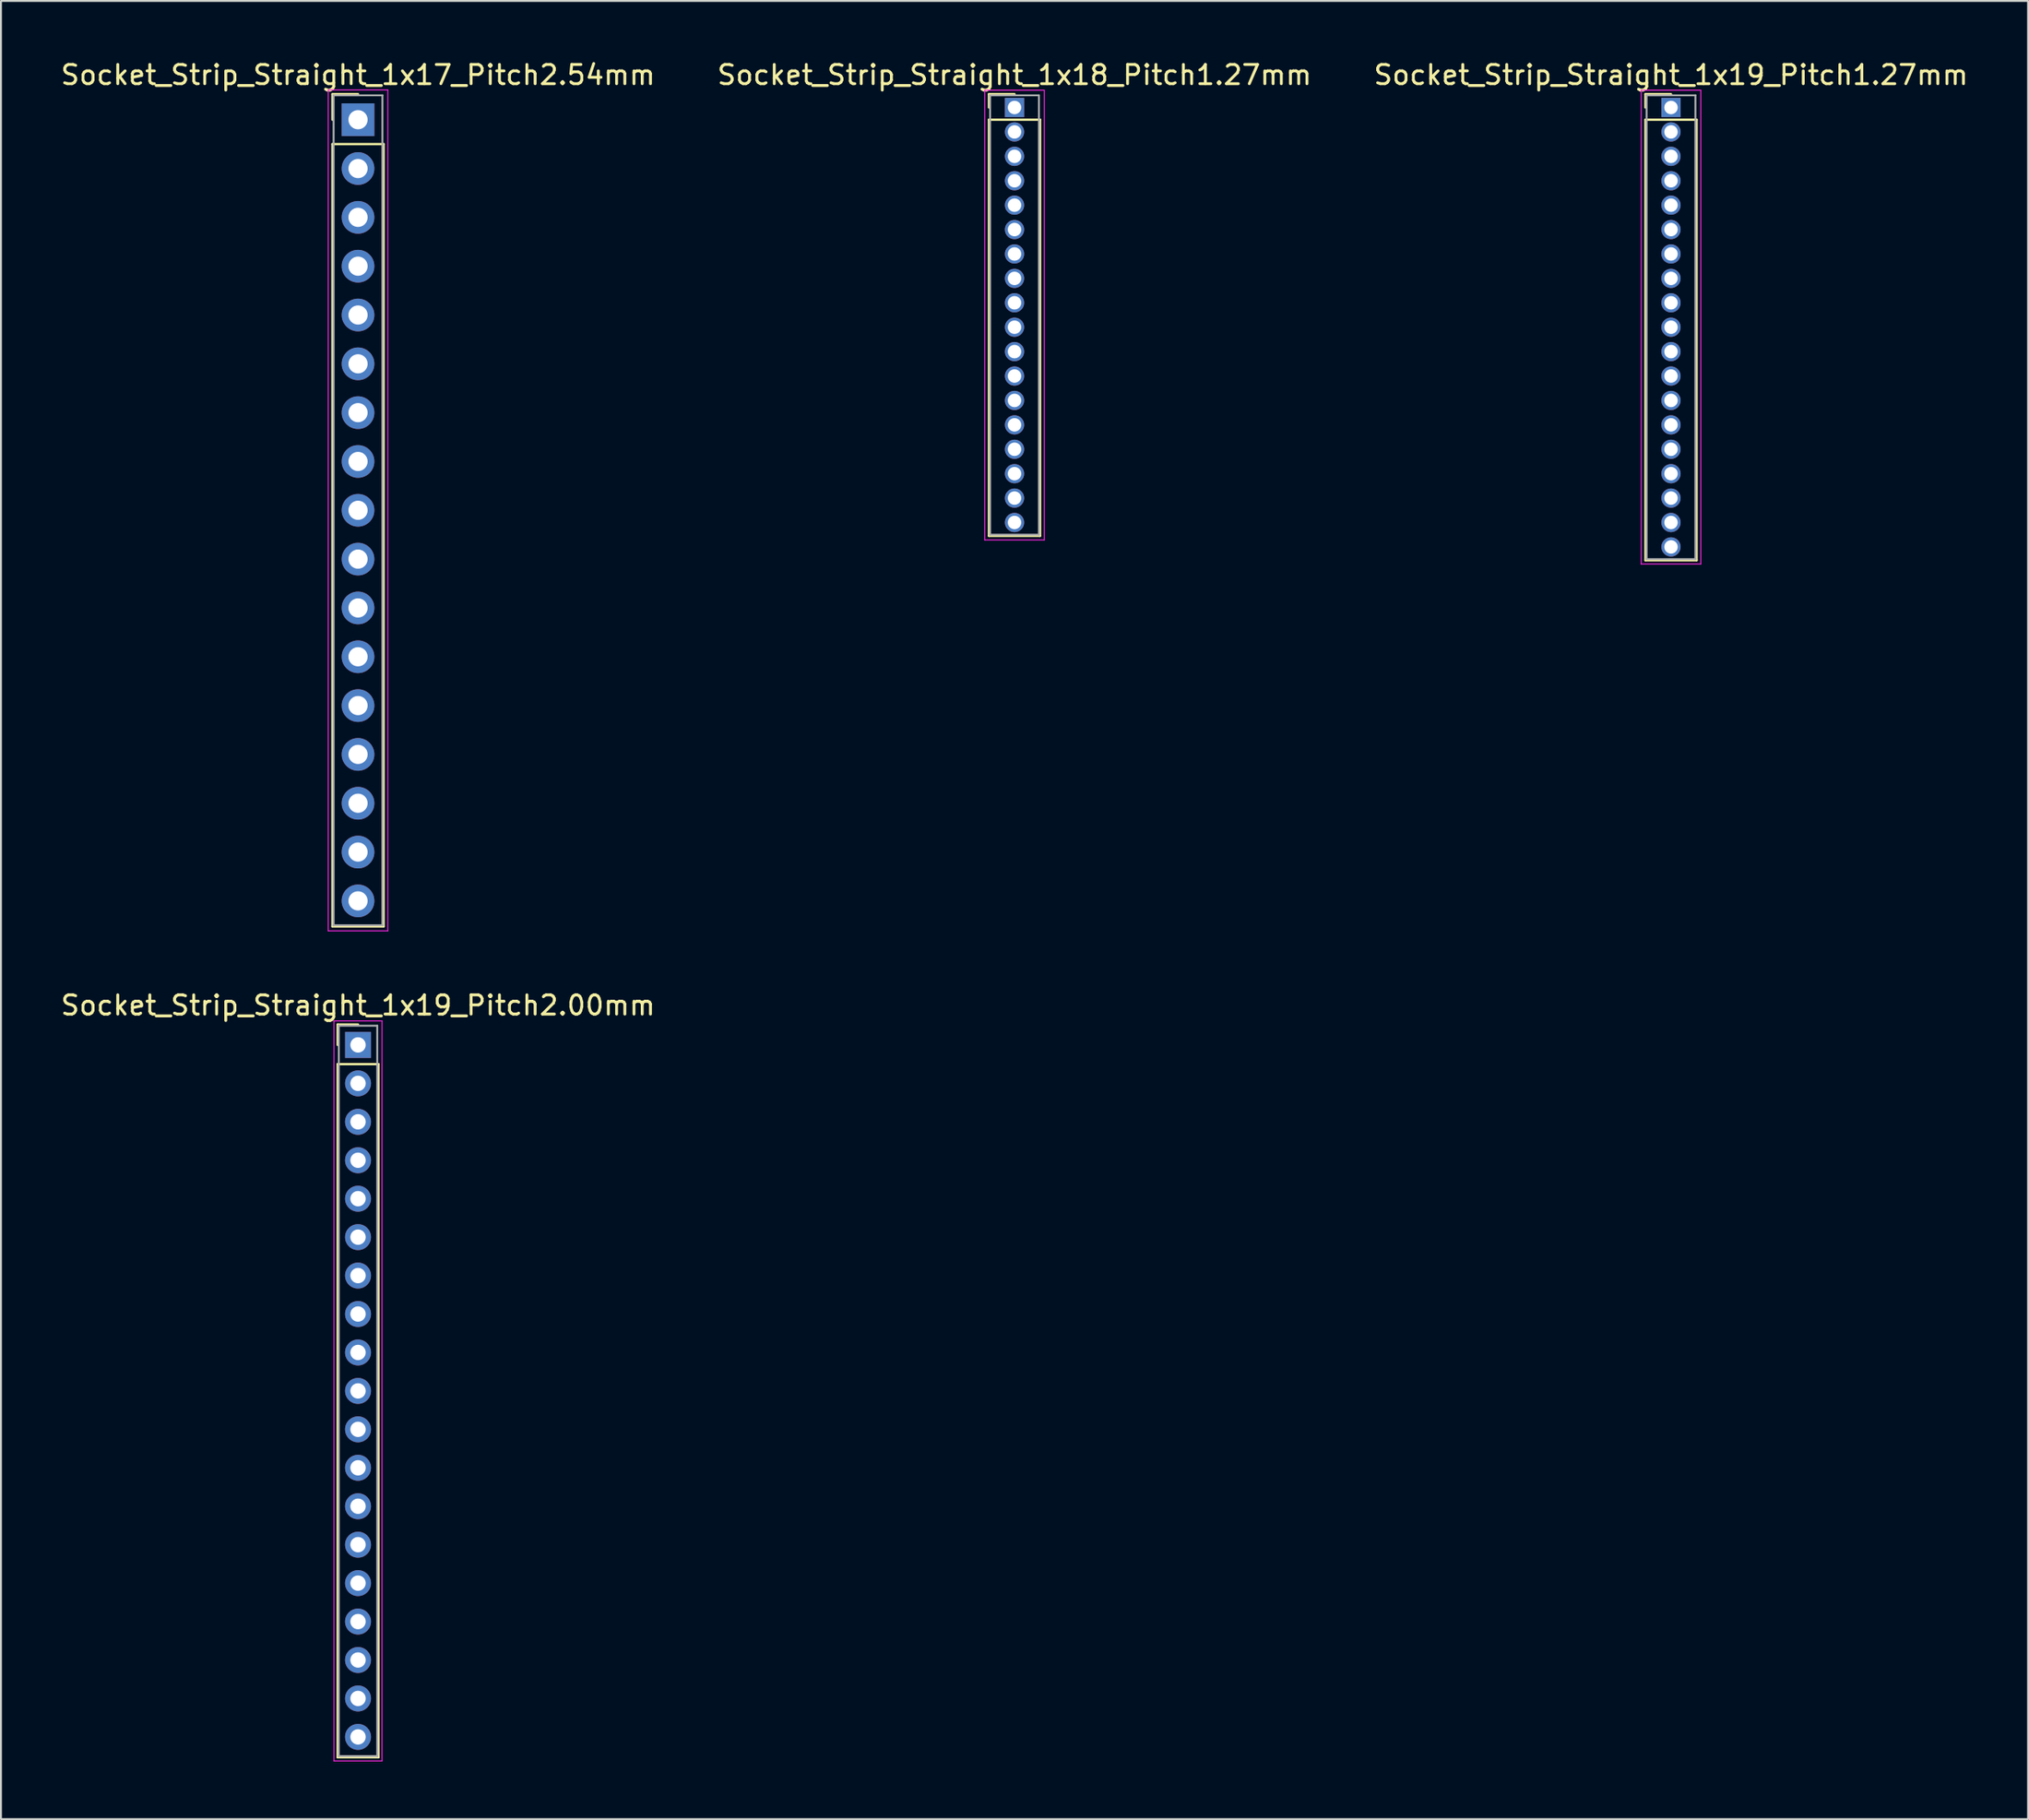
<source format=kicad_pcb>
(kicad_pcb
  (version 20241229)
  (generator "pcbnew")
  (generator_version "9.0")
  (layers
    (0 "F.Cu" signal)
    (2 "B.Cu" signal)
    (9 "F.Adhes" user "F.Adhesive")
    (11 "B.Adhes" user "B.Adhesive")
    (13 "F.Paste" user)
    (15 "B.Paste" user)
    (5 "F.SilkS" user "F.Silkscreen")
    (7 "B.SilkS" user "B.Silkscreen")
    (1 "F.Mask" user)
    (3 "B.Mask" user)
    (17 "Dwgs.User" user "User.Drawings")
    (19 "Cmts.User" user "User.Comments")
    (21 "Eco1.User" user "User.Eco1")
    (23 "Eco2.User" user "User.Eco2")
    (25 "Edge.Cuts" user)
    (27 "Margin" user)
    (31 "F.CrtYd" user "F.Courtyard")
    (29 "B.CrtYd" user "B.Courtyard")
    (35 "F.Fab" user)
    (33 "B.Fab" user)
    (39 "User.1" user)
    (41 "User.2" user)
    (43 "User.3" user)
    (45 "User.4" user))
  (footprint "Socket_Strip_Straight_1x19_Pitch2.00mm"
    (layer "F.Cu")
    (at 15.577 51.312)
    (property "Reference" "Socket_Strip_Straight_1x19_Pitch2.00mm" (at 0 -2.06 0) (layer "F.SilkS") (effects (font (size 1 1) (thickness 0.15))))
    (attr through_hole)
    (fp_line (start -1.06 -1.06) (end 0 -1.06) (stroke (width 0.12) (type solid)) (layer "F.SilkS"))
    (fp_line (start -1.06 0) (end -1.06 -1.06) (stroke (width 0.12) (type solid)) (layer "F.SilkS"))
    (fp_line (start -1.06 1) (end -1.06 37.06) (stroke (width 0.12) (type solid)) (layer "F.SilkS"))
    (fp_line (start -1.06 37.06) (end 1.06 37.06) (stroke (width 0.12) (type solid)) (layer "F.SilkS"))
    (fp_line (start 1.06 1) (end -1.06 1) (stroke (width 0.12) (type solid)) (layer "F.SilkS"))
    (fp_line (start 1.06 37.06) (end 1.06 1) (stroke (width 0.12) (type solid)) (layer "F.SilkS"))
    (fp_line (start -1.25 -1.25) (end -1.25 37.25) (stroke (width 0.05) (type solid)) (layer "F.CrtYd"))
    (fp_line (start -1.25 37.25) (end 1.25 37.25) (stroke (width 0.05) (type solid)) (layer "F.CrtYd"))
    (fp_line (start 1.25 -1.25) (end -1.25 -1.25) (stroke (width 0.05) (type solid)) (layer "F.CrtYd"))
    (fp_line (start 1.25 37.25) (end 1.25 -1.25) (stroke (width 0.05) (type solid)) (layer "F.CrtYd"))
    (fp_line (start -1 -1) (end -1 37) (stroke (width 0.1) (type solid)) (layer "F.Fab"))
    (fp_line (start -1 37) (end 1 37) (stroke (width 0.1) (type solid)) (layer "F.Fab"))
    (fp_line (start 1 -1) (end -1 -1) (stroke (width 0.1) (type solid)) (layer "F.Fab"))
    (fp_line (start 1 37) (end 1 -1) (stroke (width 0.1) (type solid)) (layer "F.Fab"))
    (pad "1" thru_hole rect (at 0 0) (size 1.35 1.35) (drill 0.8) (layers "*.Cu" "*.Mask"))
    (pad "2" thru_hole oval (at 0 2) (size 1.35 1.35) (drill 0.8) (layers "*.Cu" "*.Mask"))
    (pad "3" thru_hole oval (at 0 4) (size 1.35 1.35) (drill 0.8) (layers "*.Cu" "*.Mask"))
    (pad "4" thru_hole oval (at 0 6) (size 1.35 1.35) (drill 0.8) (layers "*.Cu" "*.Mask"))
    (pad "5" thru_hole oval (at 0 8) (size 1.35 1.35) (drill 0.8) (layers "*.Cu" "*.Mask"))
    (pad "6" thru_hole oval (at 0 10) (size 1.35 1.35) (drill 0.8) (layers "*.Cu" "*.Mask"))
    (pad "7" thru_hole oval (at 0 12) (size 1.35 1.35) (drill 0.8) (layers "*.Cu" "*.Mask"))
    (pad "8" thru_hole oval (at 0 14) (size 1.35 1.35) (drill 0.8) (layers "*.Cu" "*.Mask"))
    (pad "9" thru_hole oval (at 0 16) (size 1.35 1.35) (drill 0.8) (layers "*.Cu" "*.Mask"))
    (pad "10" thru_hole oval (at 0 18) (size 1.35 1.35) (drill 0.8) (layers "*.Cu" "*.Mask"))
    (pad "11" thru_hole oval (at 0 20) (size 1.35 1.35) (drill 0.8) (layers "*.Cu" "*.Mask"))
    (pad "12" thru_hole oval (at 0 22) (size 1.35 1.35) (drill 0.8) (layers "*.Cu" "*.Mask"))
    (pad "13" thru_hole oval (at 0 24) (size 1.35 1.35) (drill 0.8) (layers "*.Cu" "*.Mask"))
    (pad "14" thru_hole oval (at 0 26) (size 1.35 1.35) (drill 0.8) (layers "*.Cu" "*.Mask"))
    (pad "15" thru_hole oval (at 0 28) (size 1.35 1.35) (drill 0.8) (layers "*.Cu" "*.Mask"))
    (pad "16" thru_hole oval (at 0 30) (size 1.35 1.35) (drill 0.8) (layers "*.Cu" "*.Mask"))
    (pad "17" thru_hole oval (at 0 32) (size 1.35 1.35) (drill 0.8) (layers "*.Cu" "*.Mask"))
    (pad "18" thru_hole oval (at 0 34) (size 1.35 1.35) (drill 0.8) (layers "*.Cu" "*.Mask"))
    (pad "19" thru_hole oval (at 0 36) (size 1.35 1.35) (drill 0.8) (layers "*.Cu" "*.Mask")))
  (footprint "Socket_Strip_Straight_1x17_Pitch2.54mm"
    (layer "F.Cu")
    (at 15.577 3.178)
    (property "Reference" "Socket_Strip_Straight_1x17_Pitch2.54mm" (at 0 -2.33 0) (layer "F.SilkS") (effects (font (size 1 1) (thickness 0.15))))
    (attr through_hole)
    (fp_line (start -1.33 -1.33) (end 0 -1.33) (stroke (width 0.12) (type solid)) (layer "F.SilkS"))
    (fp_line (start -1.33 0) (end -1.33 -1.33) (stroke (width 0.12) (type solid)) (layer "F.SilkS"))
    (fp_line (start -1.33 1.27) (end -1.33 41.97) (stroke (width 0.12) (type solid)) (layer "F.SilkS"))
    (fp_line (start -1.33 41.97) (end 1.33 41.97) (stroke (width 0.12) (type solid)) (layer "F.SilkS"))
    (fp_line (start 1.33 1.27) (end -1.33 1.27) (stroke (width 0.12) (type solid)) (layer "F.SilkS"))
    (fp_line (start 1.33 41.97) (end 1.33 1.27) (stroke (width 0.12) (type solid)) (layer "F.SilkS"))
    (fp_line (start -1.55 -1.55) (end -1.55 42.2) (stroke (width 0.05) (type solid)) (layer "F.CrtYd"))
    (fp_line (start -1.55 42.2) (end 1.55 42.2) (stroke (width 0.05) (type solid)) (layer "F.CrtYd"))
    (fp_line (start 1.55 -1.55) (end -1.55 -1.55) (stroke (width 0.05) (type solid)) (layer "F.CrtYd"))
    (fp_line (start 1.55 42.2) (end 1.55 -1.55) (stroke (width 0.05) (type solid)) (layer "F.CrtYd"))
    (fp_line (start -1.27 -1.27) (end -1.27 41.91) (stroke (width 0.1) (type solid)) (layer "F.Fab"))
    (fp_line (start -1.27 41.91) (end 1.27 41.91) (stroke (width 0.1) (type solid)) (layer "F.Fab"))
    (fp_line (start 1.27 -1.27) (end -1.27 -1.27) (stroke (width 0.1) (type solid)) (layer "F.Fab"))
    (fp_line (start 1.27 41.91) (end 1.27 -1.27) (stroke (width 0.1) (type solid)) (layer "F.Fab"))
    (pad "1" thru_hole rect (at 0 0) (size 1.7 1.7) (drill 1) (layers "*.Cu" "*.Mask"))
    (pad "2" thru_hole oval (at 0 2.54) (size 1.7 1.7) (drill 1) (layers "*.Cu" "*.Mask"))
    (pad "3" thru_hole oval (at 0 5.08) (size 1.7 1.7) (drill 1) (layers "*.Cu" "*.Mask"))
    (pad "4" thru_hole oval (at 0 7.62) (size 1.7 1.7) (drill 1) (layers "*.Cu" "*.Mask"))
    (pad "5" thru_hole oval (at 0 10.16) (size 1.7 1.7) (drill 1) (layers "*.Cu" "*.Mask"))
    (pad "6" thru_hole oval (at 0 12.7) (size 1.7 1.7) (drill 1) (layers "*.Cu" "*.Mask"))
    (pad "7" thru_hole oval (at 0 15.24) (size 1.7 1.7) (drill 1) (layers "*.Cu" "*.Mask"))
    (pad "8" thru_hole oval (at 0 17.78) (size 1.7 1.7) (drill 1) (layers "*.Cu" "*.Mask"))
    (pad "9" thru_hole oval (at 0 20.32) (size 1.7 1.7) (drill 1) (layers "*.Cu" "*.Mask"))
    (pad "10" thru_hole oval (at 0 22.86) (size 1.7 1.7) (drill 1) (layers "*.Cu" "*.Mask"))
    (pad "11" thru_hole oval (at 0 25.4) (size 1.7 1.7) (drill 1) (layers "*.Cu" "*.Mask"))
    (pad "12" thru_hole oval (at 0 27.94) (size 1.7 1.7) (drill 1) (layers "*.Cu" "*.Mask"))
    (pad "13" thru_hole oval (at 0 30.48) (size 1.7 1.7) (drill 1) (layers "*.Cu" "*.Mask"))
    (pad "14" thru_hole oval (at 0 33.02) (size 1.7 1.7) (drill 1) (layers "*.Cu" "*.Mask"))
    (pad "15" thru_hole oval (at 0 35.56) (size 1.7 1.7) (drill 1) (layers "*.Cu" "*.Mask"))
    (pad "16" thru_hole oval (at 0 38.1) (size 1.7 1.7) (drill 1) (layers "*.Cu" "*.Mask"))
    (pad "17" thru_hole oval (at 0 40.64) (size 1.7 1.7) (drill 1) (layers "*.Cu" "*.Mask")))
  (footprint "Socket_Strip_Straight_1x18_Pitch1.27mm"
    (layer "F.Cu")
    (at 49.732 2.543)
    (property "Reference" "Socket_Strip_Straight_1x18_Pitch1.27mm" (at 0 -1.695 0) (layer "F.SilkS") (effects (font (size 1 1) (thickness 0.15))))
    (attr through_hole)
    (fp_line (start -1.33 -0.695) (end 0 -0.695) (stroke (width 0.12) (type solid)) (layer "F.SilkS"))
    (fp_line (start -1.33 0) (end -1.33 -0.695) (stroke (width 0.12) (type solid)) (layer "F.SilkS"))
    (fp_line (start -1.33 0.635) (end -1.33 22.285) (stroke (width 0.12) (type solid)) (layer "F.SilkS"))
    (fp_line (start -1.33 22.285) (end 1.33 22.285) (stroke (width 0.12) (type solid)) (layer "F.SilkS"))
    (fp_line (start 1.33 0.635) (end -1.33 0.635) (stroke (width 0.12) (type solid)) (layer "F.SilkS"))
    (fp_line (start 1.33 22.285) (end 1.33 0.635) (stroke (width 0.12) (type solid)) (layer "F.SilkS"))
    (fp_line (start -1.55 -0.9) (end -1.55 22.5) (stroke (width 0.05) (type solid)) (layer "F.CrtYd"))
    (fp_line (start -1.55 22.5) (end 1.55 22.5) (stroke (width 0.05) (type solid)) (layer "F.CrtYd"))
    (fp_line (start 1.55 -0.9) (end -1.55 -0.9) (stroke (width 0.05) (type solid)) (layer "F.CrtYd"))
    (fp_line (start 1.55 22.5) (end 1.55 -0.9) (stroke (width 0.05) (type solid)) (layer "F.CrtYd"))
    (fp_line (start -1.27 -0.635) (end -1.27 22.225) (stroke (width 0.1) (type solid)) (layer "F.Fab"))
    (fp_line (start -1.27 22.225) (end 1.27 22.225) (stroke (width 0.1) (type solid)) (layer "F.Fab"))
    (fp_line (start 1.27 -0.635) (end -1.27 -0.635) (stroke (width 0.1) (type solid)) (layer "F.Fab"))
    (fp_line (start 1.27 22.225) (end 1.27 -0.635) (stroke (width 0.1) (type solid)) (layer "F.Fab"))
    (pad "1" thru_hole rect (at 0 0) (size 1 1) (drill 0.7) (layers "*.Cu" "*.Mask"))
    (pad "2" thru_hole oval (at 0 1.27) (size 1 1) (drill 0.7) (layers "*.Cu" "*.Mask"))
    (pad "3" thru_hole oval (at 0 2.54) (size 1 1) (drill 0.7) (layers "*.Cu" "*.Mask"))
    (pad "4" thru_hole oval (at 0 3.81) (size 1 1) (drill 0.7) (layers "*.Cu" "*.Mask"))
    (pad "5" thru_hole oval (at 0 5.08) (size 1 1) (drill 0.7) (layers "*.Cu" "*.Mask"))
    (pad "6" thru_hole oval (at 0 6.35) (size 1 1) (drill 0.7) (layers "*.Cu" "*.Mask"))
    (pad "7" thru_hole oval (at 0 7.62) (size 1 1) (drill 0.7) (layers "*.Cu" "*.Mask"))
    (pad "8" thru_hole oval (at 0 8.89) (size 1 1) (drill 0.7) (layers "*.Cu" "*.Mask"))
    (pad "9" thru_hole oval (at 0 10.16) (size 1 1) (drill 0.7) (layers "*.Cu" "*.Mask"))
    (pad "10" thru_hole oval (at 0 11.43) (size 1 1) (drill 0.7) (layers "*.Cu" "*.Mask"))
    (pad "11" thru_hole oval (at 0 12.7) (size 1 1) (drill 0.7) (layers "*.Cu" "*.Mask"))
    (pad "12" thru_hole oval (at 0 13.97) (size 1 1) (drill 0.7) (layers "*.Cu" "*.Mask"))
    (pad "13" thru_hole oval (at 0 15.24) (size 1 1) (drill 0.7) (layers "*.Cu" "*.Mask"))
    (pad "14" thru_hole oval (at 0 16.51) (size 1 1) (drill 0.7) (layers "*.Cu" "*.Mask"))
    (pad "15" thru_hole oval (at 0 17.78) (size 1 1) (drill 0.7) (layers "*.Cu" "*.Mask"))
    (pad "16" thru_hole oval (at 0 19.05) (size 1 1) (drill 0.7) (layers "*.Cu" "*.Mask"))
    (pad "17" thru_hole oval (at 0 20.32) (size 1 1) (drill 0.7) (layers "*.Cu" "*.Mask"))
    (pad "18" thru_hole oval (at 0 21.59) (size 1 1) (drill 0.7) (layers "*.Cu" "*.Mask")))
  (footprint "Socket_Strip_Straight_1x19_Pitch1.27mm"
    (layer "F.Cu")
    (at 83.887 2.543)
    (property "Reference" "Socket_Strip_Straight_1x19_Pitch1.27mm" (at 0 -1.695 0) (layer "F.SilkS") (effects (font (size 1 1) (thickness 0.15))))
    (attr through_hole)
    (fp_line (start -1.33 -0.695) (end 0 -0.695) (stroke (width 0.12) (type solid)) (layer "F.SilkS"))
    (fp_line (start -1.33 0) (end -1.33 -0.695) (stroke (width 0.12) (type solid)) (layer "F.SilkS"))
    (fp_line (start -1.33 0.635) (end -1.33 23.555) (stroke (width 0.12) (type solid)) (layer "F.SilkS"))
    (fp_line (start -1.33 23.555) (end 1.33 23.555) (stroke (width 0.12) (type solid)) (layer "F.SilkS"))
    (fp_line (start 1.33 0.635) (end -1.33 0.635) (stroke (width 0.12) (type solid)) (layer "F.SilkS"))
    (fp_line (start 1.33 23.555) (end 1.33 0.635) (stroke (width 0.12) (type solid)) (layer "F.SilkS"))
    (fp_line (start -1.55 -0.9) (end -1.55 23.75) (stroke (width 0.05) (type solid)) (layer "F.CrtYd"))
    (fp_line (start -1.55 23.75) (end 1.55 23.75) (stroke (width 0.05) (type solid)) (layer "F.CrtYd"))
    (fp_line (start 1.55 -0.9) (end -1.55 -0.9) (stroke (width 0.05) (type solid)) (layer "F.CrtYd"))
    (fp_line (start 1.55 23.75) (end 1.55 -0.9) (stroke (width 0.05) (type solid)) (layer "F.CrtYd"))
    (fp_line (start -1.27 -0.635) (end -1.27 23.495) (stroke (width 0.1) (type solid)) (layer "F.Fab"))
    (fp_line (start -1.27 23.495) (end 1.27 23.495) (stroke (width 0.1) (type solid)) (layer "F.Fab"))
    (fp_line (start 1.27 -0.635) (end -1.27 -0.635) (stroke (width 0.1) (type solid)) (layer "F.Fab"))
    (fp_line (start 1.27 23.495) (end 1.27 -0.635) (stroke (width 0.1) (type solid)) (layer "F.Fab"))
    (pad "1" thru_hole rect (at 0 0) (size 1 1) (drill 0.7) (layers "*.Cu" "*.Mask"))
    (pad "2" thru_hole oval (at 0 1.27) (size 1 1) (drill 0.7) (layers "*.Cu" "*.Mask"))
    (pad "3" thru_hole oval (at 0 2.54) (size 1 1) (drill 0.7) (layers "*.Cu" "*.Mask"))
    (pad "4" thru_hole oval (at 0 3.81) (size 1 1) (drill 0.7) (layers "*.Cu" "*.Mask"))
    (pad "5" thru_hole oval (at 0 5.08) (size 1 1) (drill 0.7) (layers "*.Cu" "*.Mask"))
    (pad "6" thru_hole oval (at 0 6.35) (size 1 1) (drill 0.7) (layers "*.Cu" "*.Mask"))
    (pad "7" thru_hole oval (at 0 7.62) (size 1 1) (drill 0.7) (layers "*.Cu" "*.Mask"))
    (pad "8" thru_hole oval (at 0 8.89) (size 1 1) (drill 0.7) (layers "*.Cu" "*.Mask"))
    (pad "9" thru_hole oval (at 0 10.16) (size 1 1) (drill 0.7) (layers "*.Cu" "*.Mask"))
    (pad "10" thru_hole oval (at 0 11.43) (size 1 1) (drill 0.7) (layers "*.Cu" "*.Mask"))
    (pad "11" thru_hole oval (at 0 12.7) (size 1 1) (drill 0.7) (layers "*.Cu" "*.Mask"))
    (pad "12" thru_hole oval (at 0 13.97) (size 1 1) (drill 0.7) (layers "*.Cu" "*.Mask"))
    (pad "13" thru_hole oval (at 0 15.24) (size 1 1) (drill 0.7) (layers "*.Cu" "*.Mask"))
    (pad "14" thru_hole oval (at 0 16.51) (size 1 1) (drill 0.7) (layers "*.Cu" "*.Mask"))
    (pad "15" thru_hole oval (at 0 17.78) (size 1 1) (drill 0.7) (layers "*.Cu" "*.Mask"))
    (pad "16" thru_hole oval (at 0 19.05) (size 1 1) (drill 0.7) (layers "*.Cu" "*.Mask"))
    (pad "17" thru_hole oval (at 0 20.32) (size 1 1) (drill 0.7) (layers "*.Cu" "*.Mask"))
    (pad "18" thru_hole oval (at 0 21.59) (size 1 1) (drill 0.7) (layers "*.Cu" "*.Mask"))
    (pad "19" thru_hole oval (at 0 22.86) (size 1 1) (drill 0.7) (layers "*.Cu" "*.Mask")))
  (gr_rect
    (start -3 -3)
    (end 102.464 91.587)
    (stroke (width 0.1) (type default))
    (fill no)
    (layer "Edge.Cuts")))
</source>
